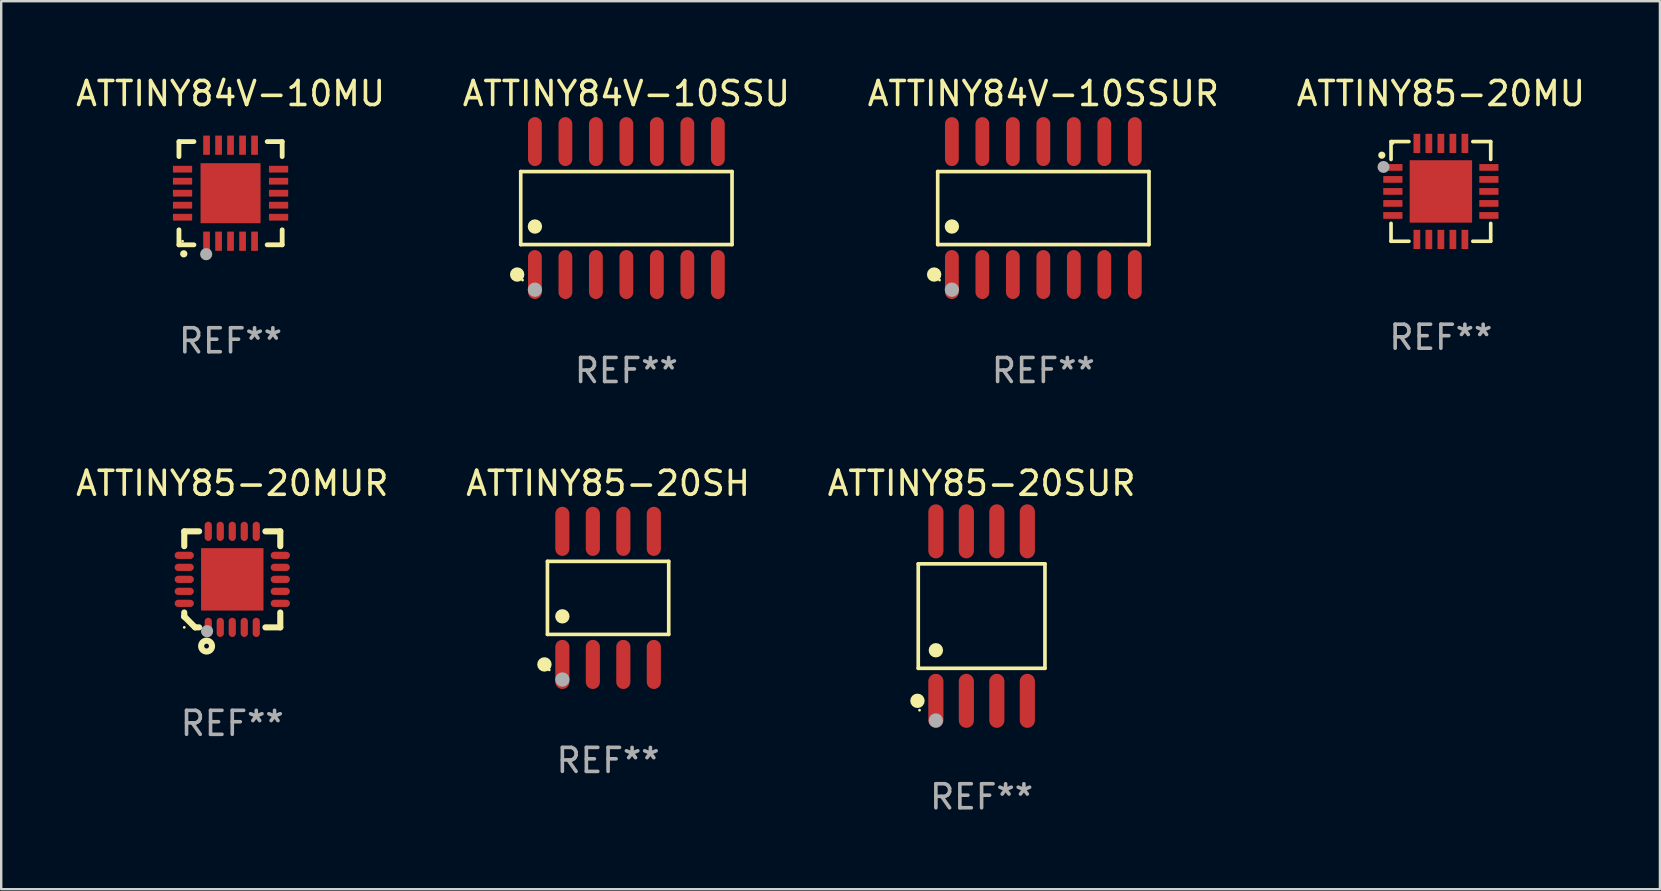
<source format=kicad_pcb>
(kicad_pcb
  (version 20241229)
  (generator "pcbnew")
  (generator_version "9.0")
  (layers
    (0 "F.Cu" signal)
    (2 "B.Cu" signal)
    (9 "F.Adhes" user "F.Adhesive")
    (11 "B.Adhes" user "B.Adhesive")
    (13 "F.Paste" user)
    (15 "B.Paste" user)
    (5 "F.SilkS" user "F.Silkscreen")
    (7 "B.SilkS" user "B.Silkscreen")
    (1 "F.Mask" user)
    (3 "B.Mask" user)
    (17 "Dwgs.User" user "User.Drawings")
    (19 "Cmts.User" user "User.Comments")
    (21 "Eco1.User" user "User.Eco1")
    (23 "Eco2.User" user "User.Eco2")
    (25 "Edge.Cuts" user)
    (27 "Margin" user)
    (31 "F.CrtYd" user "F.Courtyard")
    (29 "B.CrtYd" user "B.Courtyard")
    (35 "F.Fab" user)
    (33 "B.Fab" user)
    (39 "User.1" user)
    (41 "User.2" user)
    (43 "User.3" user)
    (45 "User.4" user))
  (footprint "ATTINY84V-10SSU"
    (layer "F.Cu")
    (at 23.042 5.617)
    (property "Reference" "ATTINY84V-10SSU" (at 0 -4.769 0) (layer "F.SilkS") (effects (font (size 1 1) (thickness 0.15))))
    (attr through_hole)
    (fp_line (start -4.401 -1.521) (end 4.401 -1.521) (stroke (width 0.152) (type solid)) (layer "F.SilkS"))
    (fp_line (start -4.401 1.521) (end -4.401 -1.521) (stroke (width 0.152) (type solid)) (layer "F.SilkS"))
    (fp_line (start 4.401 -1.521) (end 4.401 1.521) (stroke (width 0.152) (type solid)) (layer "F.SilkS"))
    (fp_line (start 4.401 1.521) (end -4.401 1.521) (stroke (width 0.152) (type solid)) (layer "F.SilkS"))
    (fp_circle (center -4.549 2.769) (end -4.399 2.769) (stroke (width 0.3) (type solid)) (fill no) (layer "F.SilkS"))
    (fp_circle (center -4.325 3) (end -4.295 3) (stroke (width 0.06) (type solid)) (fill no) (layer "F.SilkS"))
    (fp_circle (center -3.81 0.769) (end -3.66 0.769) (stroke (width 0.3) (type solid)) (fill no) (layer "F.SilkS"))
    (fp_circle (center -3.81 3.4) (end -3.66 3.4) (stroke (width 0.3) (type solid)) (fill no) (layer "F.Fab"))
    (fp_text user "REF**" (at 0 6.769 0) (layer "F.Fab") (effects (font (size 1 1) (thickness 0.15))))
    (pad "1" smd oval (at -3.81 2.769) (size 0.574 2.038) (layers "F.Cu" "F.Mask" "F.Paste"))
    (pad "2" smd oval (at -2.54 2.769) (size 0.574 2.038) (layers "F.Cu" "F.Mask" "F.Paste"))
    (pad "3" smd oval (at -1.27 2.769) (size 0.574 2.038) (layers "F.Cu" "F.Mask" "F.Paste"))
    (pad "4" smd oval (at 0 2.769) (size 0.574 2.038) (layers "F.Cu" "F.Mask" "F.Paste"))
    (pad "5" smd oval (at 1.27 2.769) (size 0.574 2.038) (layers "F.Cu" "F.Mask" "F.Paste"))
    (pad "6" smd oval (at 2.54 2.769) (size 0.574 2.038) (layers "F.Cu" "F.Mask" "F.Paste"))
    (pad "7" smd oval (at 3.81 2.769) (size 0.574 2.038) (layers "F.Cu" "F.Mask" "F.Paste"))
    (pad "8" smd oval (at 3.81 -2.769) (size 0.574 2.038) (layers "F.Cu" "F.Mask" "F.Paste"))
    (pad "9" smd oval (at 2.54 -2.769) (size 0.574 2.038) (layers "F.Cu" "F.Mask" "F.Paste"))
    (pad "10" smd oval (at 1.27 -2.769) (size 0.574 2.038) (layers "F.Cu" "F.Mask" "F.Paste"))
    (pad "11" smd oval (at 0 -2.769) (size 0.574 2.038) (layers "F.Cu" "F.Mask" "F.Paste"))
    (pad "12" smd oval (at -1.27 -2.769) (size 0.574 2.038) (layers "F.Cu" "F.Mask" "F.Paste"))
    (pad "13" smd oval (at -2.54 -2.769) (size 0.574 2.038) (layers "F.Cu" "F.Mask" "F.Paste"))
    (pad "14" smd oval (at -3.81 -2.769) (size 0.574 2.038) (layers "F.Cu" "F.Mask" "F.Paste")))
  (footprint "ATTINY84V-10SSUR"
    (layer "F.Cu")
    (at 40.411 5.617)
    (property "Reference" "ATTINY84V-10SSUR" (at 0 -4.769 0) (layer "F.SilkS") (effects (font (size 1 1) (thickness 0.15))))
    (attr through_hole)
    (fp_line (start -4.401 -1.521) (end 4.401 -1.521) (stroke (width 0.152) (type solid)) (layer "F.SilkS"))
    (fp_line (start -4.401 1.521) (end -4.401 -1.521) (stroke (width 0.152) (type solid)) (layer "F.SilkS"))
    (fp_line (start 4.401 -1.521) (end 4.401 1.521) (stroke (width 0.152) (type solid)) (layer "F.SilkS"))
    (fp_line (start 4.401 1.521) (end -4.401 1.521) (stroke (width 0.152) (type solid)) (layer "F.SilkS"))
    (fp_circle (center -4.549 2.769) (end -4.399 2.769) (stroke (width 0.3) (type solid)) (fill no) (layer "F.SilkS"))
    (fp_circle (center -4.325 3) (end -4.295 3) (stroke (width 0.06) (type solid)) (fill no) (layer "F.SilkS"))
    (fp_circle (center -3.81 0.769) (end -3.66 0.769) (stroke (width 0.3) (type solid)) (fill no) (layer "F.SilkS"))
    (fp_circle (center -3.81 3.4) (end -3.66 3.4) (stroke (width 0.3) (type solid)) (fill no) (layer "F.Fab"))
    (fp_text user "REF**" (at 0 6.769 0) (layer "F.Fab") (effects (font (size 1 1) (thickness 0.15))))
    (pad "1" smd oval (at -3.81 2.769) (size 0.574 2.038) (layers "F.Cu" "F.Mask" "F.Paste"))
    (pad "2" smd oval (at -2.54 2.769) (size 0.574 2.038) (layers "F.Cu" "F.Mask" "F.Paste"))
    (pad "3" smd oval (at -1.27 2.769) (size 0.574 2.038) (layers "F.Cu" "F.Mask" "F.Paste"))
    (pad "4" smd oval (at 0 2.769) (size 0.574 2.038) (layers "F.Cu" "F.Mask" "F.Paste"))
    (pad "5" smd oval (at 1.27 2.769) (size 0.574 2.038) (layers "F.Cu" "F.Mask" "F.Paste"))
    (pad "6" smd oval (at 2.54 2.769) (size 0.574 2.038) (layers "F.Cu" "F.Mask" "F.Paste"))
    (pad "7" smd oval (at 3.81 2.769) (size 0.574 2.038) (layers "F.Cu" "F.Mask" "F.Paste"))
    (pad "8" smd oval (at 3.81 -2.769) (size 0.574 2.038) (layers "F.Cu" "F.Mask" "F.Paste"))
    (pad "9" smd oval (at 2.54 -2.769) (size 0.574 2.038) (layers "F.Cu" "F.Mask" "F.Paste"))
    (pad "10" smd oval (at 1.27 -2.769) (size 0.574 2.038) (layers "F.Cu" "F.Mask" "F.Paste"))
    (pad "11" smd oval (at 0 -2.769) (size 0.574 2.038) (layers "F.Cu" "F.Mask" "F.Paste"))
    (pad "12" smd oval (at -1.27 -2.769) (size 0.574 2.038) (layers "F.Cu" "F.Mask" "F.Paste"))
    (pad "13" smd oval (at -2.54 -2.769) (size 0.574 2.038) (layers "F.Cu" "F.Mask" "F.Paste"))
    (pad "14" smd oval (at -3.81 -2.769) (size 0.574 2.038) (layers "F.Cu" "F.Mask" "F.Paste")))
  (footprint "ATTINY85-20SH"
    (layer "F.Cu")
    (at 22.28 21.855)
    (property "Reference" "ATTINY85-20SH" (at 0 -4.772 0) (layer "F.SilkS") (effects (font (size 1 1) (thickness 0.15))))
    (attr through_hole)
    (fp_line (start -2.526 -1.521) (end 2.526 -1.521) (stroke (width 0.152) (type solid)) (layer "F.SilkS"))
    (fp_line (start -2.526 1.521) (end -2.526 -1.521) (stroke (width 0.152) (type solid)) (layer "F.SilkS"))
    (fp_line (start 2.526 -1.521) (end 2.526 1.521) (stroke (width 0.152) (type solid)) (layer "F.SilkS"))
    (fp_line (start 2.526 1.521) (end -2.526 1.521) (stroke (width 0.152) (type solid)) (layer "F.SilkS"))
    (fp_circle (center -2.652 2.772) (end -2.501 2.772) (stroke (width 0.3) (type solid)) (fill no) (layer "F.SilkS"))
    (fp_circle (center -2.45 3) (end -2.42 3) (stroke (width 0.06) (type solid)) (fill no) (layer "F.SilkS"))
    (fp_circle (center -1.905 0.769) (end -1.755 0.769) (stroke (width 0.3) (type solid)) (fill no) (layer "F.SilkS"))
    (fp_circle (center -1.905 3.4) (end -1.755 3.4) (stroke (width 0.3) (type solid)) (fill no) (layer "F.Fab"))
    (fp_text user "REF**" (at 0 6.772 0) (layer "F.Fab") (effects (font (size 1 1) (thickness 0.15))))
    (pad "1" smd oval (at -1.905 2.772) (size 0.588 2.045) (layers "F.Cu" "F.Mask" "F.Paste"))
    (pad "2" smd oval (at -0.635 2.772) (size 0.588 2.045) (layers "F.Cu" "F.Mask" "F.Paste"))
    (pad "3" smd oval (at 0.635 2.772) (size 0.588 2.045) (layers "F.Cu" "F.Mask" "F.Paste"))
    (pad "4" smd oval (at 1.905 2.772) (size 0.588 2.045) (layers "F.Cu" "F.Mask" "F.Paste"))
    (pad "5" smd oval (at 1.905 -2.772) (size 0.588 2.045) (layers "F.Cu" "F.Mask" "F.Paste"))
    (pad "6" smd oval (at 0.635 -2.772) (size 0.588 2.045) (layers "F.Cu" "F.Mask" "F.Paste"))
    (pad "7" smd oval (at -0.635 -2.772) (size 0.588 2.045) (layers "F.Cu" "F.Mask" "F.Paste"))
    (pad "8" smd oval (at -1.905 -2.772) (size 0.588 2.045) (layers "F.Cu" "F.Mask" "F.Paste")))
  (footprint "ATTINY85-20MUR"
    (layer "F.Cu")
    (at 6.625 21.083)
    (property "Reference" "ATTINY85-20MUR" (at 0 -4 0) (layer "F.SilkS") (effects (font (size 1 1) (thickness 0.15))))
    (attr through_hole)
    (fp_line (start -2 -2) (end -2 -1.381) (stroke (width 0.254) (type solid)) (layer "F.SilkS"))
    (fp_line (start -2 -2) (end -1.381 -2) (stroke (width 0.254) (type solid)) (layer "F.SilkS"))
    (fp_line (start -2 1.381) (end -2 1.55) (stroke (width 0.254) (type solid)) (layer "F.SilkS"))
    (fp_line (start -2 1.554) (end -1.993 1.554) (stroke (width 0.254) (type solid)) (layer "F.SilkS"))
    (fp_line (start -1.993 1.554) (end -1.548 2) (stroke (width 0.254) (type solid)) (layer "F.SilkS"))
    (fp_line (start -1.381 2) (end -1.54 2) (stroke (width 0.254) (type solid)) (layer "F.SilkS"))
    (fp_line (start 1.381 -2) (end 2 -2) (stroke (width 0.254) (type solid)) (layer "F.SilkS"))
    (fp_line (start 2 -2) (end 2 -1.381) (stroke (width 0.254) (type solid)) (layer "F.SilkS"))
    (fp_line (start 2 1.381) (end 2 2) (stroke (width 0.254) (type solid)) (layer "F.SilkS"))
    (fp_line (start 2 2) (end 1.381 2) (stroke (width 0.254) (type solid)) (layer "F.SilkS"))
    (fp_circle (center -2 2) (end -1.97 2) (stroke (width 0.06) (type solid)) (fill no) (layer "F.SilkS"))
    (fp_circle (center -1.07 2.78) (end -0.97 2.78) (stroke (width 0.254) (type solid)) (fill no) (layer "F.SilkS"))
    (fp_circle (center -1.05 2.16) (end -0.923 2.16) (stroke (width 0.254) (type solid)) (fill no) (layer "F.Fab"))
    (fp_text user "REF**" (at 0 6 0) (layer "F.Fab") (effects (font (size 1 1) (thickness 0.15))))
    (pad "1" smd oval (at -1 2 90) (size 0.8 0.3) (layers "F.Cu" "F.Mask" "F.Paste"))
    (pad "2" smd oval (at -0.5 2 90) (size 0.8 0.3) (layers "F.Cu" "F.Mask" "F.Paste"))
    (pad "3" smd oval (at 0.000064 2 90) (size 0.8 0.3) (layers "F.Cu" "F.Mask" "F.Paste"))
    (pad "4" smd oval (at 0.5 2 90) (size 0.8 0.3) (layers "F.Cu" "F.Mask" "F.Paste"))
    (pad "5" smd oval (at 1 2 90) (size 0.8 0.3) (layers "F.Cu" "F.Mask" "F.Paste"))
    (pad "6" smd oval (at 2 1 90) (size 0.3 0.8) (layers "F.Cu" "F.Mask" "F.Paste"))
    (pad "7" smd oval (at 2 0.5 90) (size 0.3 0.8) (layers "F.Cu" "F.Mask" "F.Paste"))
    (pad "8" smd oval (at 2 0.000064 90) (size 0.3 0.8) (layers "F.Cu" "F.Mask" "F.Paste"))
    (pad "9" smd oval (at 2 -0.5 90) (size 0.3 0.8) (layers "F.Cu" "F.Mask" "F.Paste"))
    (pad "10" smd oval (at 2 -1 90) (size 0.3 0.8) (layers "F.Cu" "F.Mask" "F.Paste"))
    (pad "11" smd oval (at 1 -2 90) (size 0.8 0.3) (layers "F.Cu" "F.Mask" "F.Paste"))
    (pad "12" smd oval (at 0.5 -2 90) (size 0.8 0.3) (layers "F.Cu" "F.Mask" "F.Paste"))
    (pad "13" smd oval (at 0.000064 -2 90) (size 0.8 0.3) (layers "F.Cu" "F.Mask" "F.Paste"))
    (pad "14" smd oval (at -0.5 -2 90) (size 0.8 0.3) (layers "F.Cu" "F.Mask" "F.Paste"))
    (pad "15" smd oval (at -1 -2 90) (size 0.8 0.3) (layers "F.Cu" "F.Mask" "F.Paste"))
    (pad "16" smd oval (at -2 -1 90) (size 0.3 0.8) (layers "F.Cu" "F.Mask" "F.Paste"))
    (pad "17" smd oval (at -2 -0.5 90) (size 0.3 0.8) (layers "F.Cu" "F.Mask" "F.Paste"))
    (pad "18" smd oval (at -2 0.000064 90) (size 0.3 0.8) (layers "F.Cu" "F.Mask" "F.Paste"))
    (pad "19" smd oval (at -2 0.5 90) (size 0.3 0.8) (layers "F.Cu" "F.Mask" "F.Paste"))
    (pad "20" smd oval (at -2 1 90) (size 0.3 0.8) (layers "F.Cu" "F.Mask" "F.Paste"))
    (pad "21" smd rect (at 0.000064 0.000064 90) (size 2.6 2.6) (layers "F.Cu" "F.Mask" "F.Paste")))
  (footprint "ATTINY85-20MU"
    (layer "F.Cu")
    (at 56.97 4.924)
    (property "Reference" "ATTINY85-20MU" (at 0 -4.076 0) (layer "F.SilkS") (effects (font (size 1 1) (thickness 0.15))))
    (attr through_hole)
    (fp_line (start -2.076 -2.076) (end -2.076 -1.331) (stroke (width 0.152) (type solid)) (layer "F.SilkS"))
    (fp_line (start -2.076 2.076) (end -2.076 1.331) (stroke (width 0.152) (type solid)) (layer "F.SilkS"))
    (fp_line (start -1.331 -2.076) (end -2.076 -2.076) (stroke (width 0.152) (type solid)) (layer "F.SilkS"))
    (fp_line (start -1.331 2.076) (end -2.076 2.076) (stroke (width 0.152) (type solid)) (layer "F.SilkS"))
    (fp_line (start 1.331 -2.076) (end 2.076 -2.076) (stroke (width 0.152) (type solid)) (layer "F.SilkS"))
    (fp_line (start 1.331 2.076) (end 2.076 2.076) (stroke (width 0.152) (type solid)) (layer "F.SilkS"))
    (fp_line (start 2.076 -2.076) (end 2.076 -1.331) (stroke (width 0.152) (type solid)) (layer "F.SilkS"))
    (fp_line (start 2.076 2.076) (end 2.076 1.331) (stroke (width 0.152) (type solid)) (layer "F.SilkS"))
    (fp_circle (center -2.46 -1.51) (end -2.385 -1.51) (stroke (width 0.15) (type solid)) (fill no) (layer "F.SilkS"))
    (fp_circle (center -2 -2) (end -1.97 -2) (stroke (width 0.06) (type solid)) (fill no) (layer "F.SilkS"))
    (fp_circle (center -2.39 -1.02) (end -2.265 -1.02) (stroke (width 0.25) (type solid)) (fill no) (layer "F.Fab"))
    (fp_text user "REF**" (at 0 6.076 0) (layer "F.Fab") (effects (font (size 1 1) (thickness 0.15))))
    (pad "1" smd rect (at -2 -1) (size 0.8 0.28) (layers "F.Cu" "F.Mask" "F.Paste"))
    (pad "2" smd rect (at -2 -0.5) (size 0.8 0.28) (layers "F.Cu" "F.Mask" "F.Paste"))
    (pad "3" smd rect (at -2 0) (size 0.8 0.28) (layers "F.Cu" "F.Mask" "F.Paste"))
    (pad "4" smd rect (at -2 0.5) (size 0.8 0.28) (layers "F.Cu" "F.Mask" "F.Paste"))
    (pad "5" smd rect (at -2 1) (size 0.8 0.28) (layers "F.Cu" "F.Mask" "F.Paste"))
    (pad "6" smd rect (at -1 2) (size 0.28 0.8) (layers "F.Cu" "F.Mask" "F.Paste"))
    (pad "7" smd rect (at -0.5 2) (size 0.28 0.8) (layers "F.Cu" "F.Mask" "F.Paste"))
    (pad "8" smd rect (at 0 2) (size 0.28 0.8) (layers "F.Cu" "F.Mask" "F.Paste"))
    (pad "9" smd rect (at 0.5 2) (size 0.28 0.8) (layers "F.Cu" "F.Mask" "F.Paste"))
    (pad "10" smd rect (at 1 2) (size 0.28 0.8) (layers "F.Cu" "F.Mask" "F.Paste"))
    (pad "11" smd rect (at 2 1) (size 0.8 0.28) (layers "F.Cu" "F.Mask" "F.Paste"))
    (pad "12" smd rect (at 2 0.5) (size 0.8 0.28) (layers "F.Cu" "F.Mask" "F.Paste"))
    (pad "13" smd rect (at 2 0) (size 0.8 0.28) (layers "F.Cu" "F.Mask" "F.Paste"))
    (pad "14" smd rect (at 2 -0.5) (size 0.8 0.28) (layers "F.Cu" "F.Mask" "F.Paste"))
    (pad "15" smd rect (at 2 -1) (size 0.8 0.28) (layers "F.Cu" "F.Mask" "F.Paste"))
    (pad "16" smd rect (at 1 -2) (size 0.28 0.8) (layers "F.Cu" "F.Mask" "F.Paste"))
    (pad "17" smd rect (at 0.5 -2) (size 0.28 0.8) (layers "F.Cu" "F.Mask" "F.Paste"))
    (pad "18" smd rect (at 0 -2) (size 0.28 0.8) (layers "F.Cu" "F.Mask" "F.Paste"))
    (pad "19" smd rect (at -0.5 -2) (size 0.28 0.8) (layers "F.Cu" "F.Mask" "F.Paste"))
    (pad "20" smd rect (at -1 -2) (size 0.28 0.8) (layers "F.Cu" "F.Mask" "F.Paste"))
    (pad "21" smd rect (at 0 0) (size 2.6 2.6) (layers "F.Cu" "F.Mask" "F.Paste")))
  (footprint "ATTINY84V-10MU"
    (layer "F.Cu")
    (at 6.554 4.998)
    (property "Reference" "ATTINY84V-10MU" (at 0 -4.15 0) (layer "F.SilkS") (effects (font (size 1 1) (thickness 0.15))))
    (attr through_hole)
    (fp_line (start -2.15 -2.15) (end -2.15 -1.525) (stroke (width 0.2) (type solid)) (layer "F.SilkS"))
    (fp_line (start -2.15 2.15) (end -2.15 1.525) (stroke (width 0.2) (type solid)) (layer "F.SilkS"))
    (fp_line (start -1.525 -2.15) (end -2.15 -2.15) (stroke (width 0.2) (type solid)) (layer "F.SilkS"))
    (fp_line (start -1.525 2.15) (end -2.15 2.15) (stroke (width 0.2) (type solid)) (layer "F.SilkS"))
    (fp_line (start 1.525 2.15) (end 2.15 2.15) (stroke (width 0.2) (type solid)) (layer "F.SilkS"))
    (fp_line (start 2.15 -2.15) (end 1.525 -2.15) (stroke (width 0.2) (type solid)) (layer "F.SilkS"))
    (fp_line (start 2.15 -1.525) (end 2.15 -2.15) (stroke (width 0.2) (type solid)) (layer "F.SilkS"))
    (fp_line (start 2.15 2.15) (end 2.15 1.525) (stroke (width 0.2) (type solid)) (layer "F.SilkS"))
    (fp_arc (start -1.950724 2.524765) (mid -1.949454 2.52476) (end -1.948184 2.524765) (stroke (width 0.3) (type solid)) (layer "F.SilkS"))
    (fp_circle (center -2 2) (end -1.97 2) (stroke (width 0.06) (type solid)) (fill no) (layer "F.SilkS"))
    (fp_circle (center -1.016 2.54) (end -0.889 2.54) (stroke (width 0.254) (type solid)) (fill no) (layer "F.Fab"))
    (fp_text user "REF**" (at 0 6.15 0) (layer "F.Fab") (effects (font (size 1 1) (thickness 0.15))))
    (pad "1" smd rect (at -1 2) (size 0.28 0.8) (layers "F.Cu" "F.Mask" "F.Paste"))
    (pad "2" smd rect (at -0.5 2) (size 0.28 0.8) (layers "F.Cu" "F.Mask" "F.Paste"))
    (pad "3" smd rect (at 0 2) (size 0.28 0.8) (layers "F.Cu" "F.Mask" "F.Paste"))
    (pad "4" smd rect (at 0.5 2) (size 0.28 0.8) (layers "F.Cu" "F.Mask" "F.Paste"))
    (pad "5" smd rect (at 1 2) (size 0.28 0.8) (layers "F.Cu" "F.Mask" "F.Paste"))
    (pad "6" smd rect (at 2 1) (size 0.8 0.28) (layers "F.Cu" "F.Mask" "F.Paste"))
    (pad "7" smd rect (at 2 0.5) (size 0.8 0.28) (layers "F.Cu" "F.Mask" "F.Paste"))
    (pad "8" smd rect (at 2 0) (size 0.8 0.28) (layers "F.Cu" "F.Mask" "F.Paste"))
    (pad "9" smd rect (at 2 -0.5) (size 0.8 0.28) (layers "F.Cu" "F.Mask" "F.Paste"))
    (pad "10" smd rect (at 2 -1) (size 0.8 0.28) (layers "F.Cu" "F.Mask" "F.Paste"))
    (pad "11" smd rect (at 1 -2) (size 0.28 0.8) (layers "F.Cu" "F.Mask" "F.Paste"))
    (pad "12" smd rect (at 0.5 -2) (size 0.28 0.8) (layers "F.Cu" "F.Mask" "F.Paste"))
    (pad "13" smd rect (at 0 -2) (size 0.28 0.8) (layers "F.Cu" "F.Mask" "F.Paste"))
    (pad "14" smd rect (at -0.5 -2) (size 0.28 0.8) (layers "F.Cu" "F.Mask" "F.Paste"))
    (pad "15" smd rect (at -1 -2) (size 0.28 0.8) (layers "F.Cu" "F.Mask" "F.Paste"))
    (pad "16" smd rect (at -2 -1) (size 0.8 0.28) (layers "F.Cu" "F.Mask" "F.Paste"))
    (pad "17" smd rect (at -2 -0.5) (size 0.8 0.28) (layers "F.Cu" "F.Mask" "F.Paste"))
    (pad "18" smd rect (at -2 0) (size 0.8 0.28) (layers "F.Cu" "F.Mask" "F.Paste"))
    (pad "19" smd rect (at -2 0.5) (size 0.8 0.28) (layers "F.Cu" "F.Mask" "F.Paste"))
    (pad "20" smd rect (at -2 1) (size 0.8 0.28) (layers "F.Cu" "F.Mask" "F.Paste"))
    (pad "21" smd rect (at 0 0) (size 2.5 2.5) (layers "F.Cu" "F.Mask" "F.Paste")))
  (footprint "ATTINY85-20SUR"
    (layer "F.Cu")
    (at 37.839 22.613)
    (property "Reference" "ATTINY85-20SUR" (at 0 -5.53 0) (layer "F.SilkS") (effects (font (size 1 1) (thickness 0.15))))
    (attr through_hole)
    (fp_line (start -2.639 -2.176) (end 2.639 -2.176) (stroke (width 0.152) (type solid)) (layer "F.SilkS"))
    (fp_line (start -2.639 2.176) (end -2.639 -2.176) (stroke (width 0.152) (type solid)) (layer "F.SilkS"))
    (fp_line (start 2.639 -2.176) (end 2.639 2.176) (stroke (width 0.152) (type solid)) (layer "F.SilkS"))
    (fp_line (start 2.639 2.176) (end -2.639 2.176) (stroke (width 0.152) (type solid)) (layer "F.SilkS"))
    (fp_circle (center -2.672 3.53) (end -2.522 3.53) (stroke (width 0.3) (type solid)) (fill no) (layer "F.SilkS"))
    (fp_circle (center -2.585 3.92) (end -2.555 3.92) (stroke (width 0.06) (type solid)) (fill no) (layer "F.SilkS"))
    (fp_circle (center -1.905 1.424) (end -1.755 1.424) (stroke (width 0.3) (type solid)) (fill no) (layer "F.SilkS"))
    (fp_circle (center -1.905 4.35) (end -1.755 4.35) (stroke (width 0.3) (type solid)) (fill no) (layer "F.Fab"))
    (fp_text user "REF**" (at 0 7.53 0) (layer "F.Fab") (effects (font (size 1 1) (thickness 0.15))))
    (pad "1" smd oval (at -1.905 3.53) (size 0.63 2.25) (layers "F.Cu" "F.Mask" "F.Paste"))
    (pad "2" smd oval (at -0.635 3.53) (size 0.63 2.25) (layers "F.Cu" "F.Mask" "F.Paste"))
    (pad "3" smd oval (at 0.635 3.53) (size 0.63 2.25) (layers "F.Cu" "F.Mask" "F.Paste"))
    (pad "4" smd oval (at 1.905 3.53) (size 0.63 2.25) (layers "F.Cu" "F.Mask" "F.Paste"))
    (pad "5" smd oval (at 1.905 -3.53) (size 0.63 2.25) (layers "F.Cu" "F.Mask" "F.Paste"))
    (pad "6" smd oval (at 0.635 -3.53) (size 0.63 2.25) (layers "F.Cu" "F.Mask" "F.Paste"))
    (pad "7" smd oval (at -0.635 -3.53) (size 0.63 2.25) (layers "F.Cu" "F.Mask" "F.Paste"))
    (pad "8" smd oval (at -1.905 -3.53) (size 0.63 2.25) (layers "F.Cu" "F.Mask" "F.Paste")))
  (gr_rect
    (start -3 -3)
    (end 66.095 33.991)
    (stroke (width 0.1) (type default))
    (fill no)
    (layer "Edge.Cuts")))
</source>
